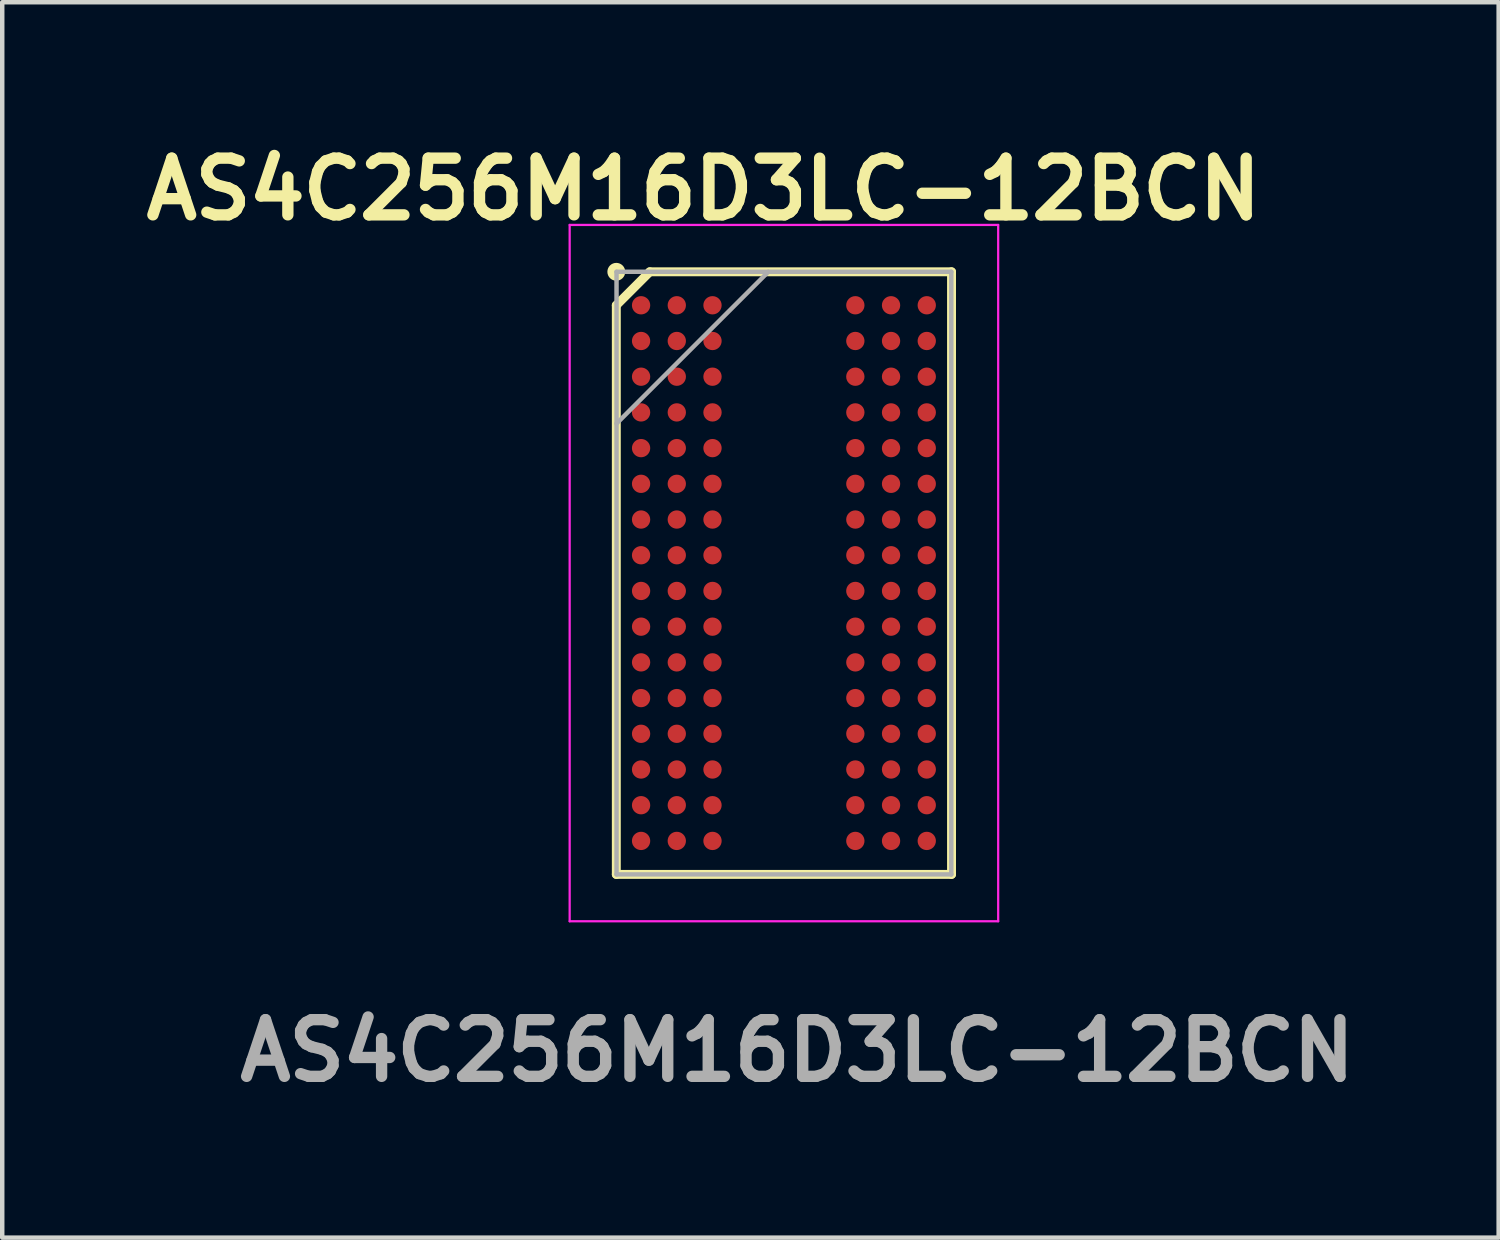
<source format=kicad_pcb>
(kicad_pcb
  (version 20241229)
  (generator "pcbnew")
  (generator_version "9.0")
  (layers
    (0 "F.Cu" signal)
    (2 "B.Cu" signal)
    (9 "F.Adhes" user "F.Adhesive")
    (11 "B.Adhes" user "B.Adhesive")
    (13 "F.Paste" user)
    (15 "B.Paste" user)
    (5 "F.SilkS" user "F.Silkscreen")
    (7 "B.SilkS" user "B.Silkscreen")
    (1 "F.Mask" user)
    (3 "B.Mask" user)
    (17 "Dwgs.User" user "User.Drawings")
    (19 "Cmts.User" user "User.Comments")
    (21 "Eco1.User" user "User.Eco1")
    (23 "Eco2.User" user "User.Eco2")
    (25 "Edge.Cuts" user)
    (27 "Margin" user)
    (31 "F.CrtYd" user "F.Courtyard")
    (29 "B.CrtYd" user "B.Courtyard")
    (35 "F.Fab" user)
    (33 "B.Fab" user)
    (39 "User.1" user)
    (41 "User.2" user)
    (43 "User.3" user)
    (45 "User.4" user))
  (footprint "AS4C256M16D3LC-12BCN"
    (layer "F.Cu")
    (at 14.512 9.789)
    (property "Reference" "AS4C256M16D3LC-12BCN" (at -1.8 -8.6 0) (layer "F.SilkS") (effects (font (size 1.27 1.27) (thickness 0.254))))
    (attr smd)
    (fp_line (start -3.755 -6) (end -3.005 -6.75) (stroke (width 0.2) (type solid)) (layer "F.SilkS"))
    (fp_line (start -3.755 6.75) (end -3.755 -6) (stroke (width 0.2) (type solid)) (layer "F.SilkS"))
    (fp_line (start -3.005 -6.75) (end 3.755 -6.75) (stroke (width 0.2) (type solid)) (layer "F.SilkS"))
    (fp_line (start 3.755 -6.75) (end 3.755 6.75) (stroke (width 0.2) (type solid)) (layer "F.SilkS"))
    (fp_line (start 3.755 6.75) (end -3.755 6.75) (stroke (width 0.2) (type solid)) (layer "F.SilkS"))
    (fp_circle (center -3.755 -6.75) (end -3.755 -6.65) (stroke (width 0.2) (type solid)) (fill no) (layer "F.SilkS"))
    (fp_line (start -4.8 -7.8) (end 4.8 -7.8) (stroke (width 0.05) (type solid)) (layer "F.CrtYd"))
    (fp_line (start -4.8 7.8) (end -4.8 -7.8) (stroke (width 0.05) (type solid)) (layer "F.CrtYd"))
    (fp_line (start 4.8 -7.8) (end 4.8 7.8) (stroke (width 0.05) (type solid)) (layer "F.CrtYd"))
    (fp_line (start 4.8 7.8) (end -4.8 7.8) (stroke (width 0.05) (type solid)) (layer "F.CrtYd"))
    (fp_line (start -3.75 -6.75) (end 3.75 -6.75) (stroke (width 0.1) (type solid)) (layer "F.Fab"))
    (fp_line (start -3.75 -3.35) (end -0.35 -6.75) (stroke (width 0.1) (type solid)) (layer "F.Fab"))
    (fp_line (start -3.75 6.75) (end -3.75 -6.75) (stroke (width 0.1) (type solid)) (layer "F.Fab"))
    (fp_line (start 3.75 -6.75) (end 3.75 6.75) (stroke (width 0.1) (type solid)) (layer "F.Fab"))
    (fp_line (start 3.75 6.75) (end -3.75 6.75) (stroke (width 0.1) (type solid)) (layer "F.Fab"))
    (fp_text user "${REFERENCE}" (at 0.3 10.7 0) (layer "F.Fab") (effects (font (size 1.27 1.27) (thickness 0.254))))
    (pad "A1" smd circle (at -3.2 -6 90) (size 0.41 0.41) (layers "F.Cu" "F.Mask" "F.Paste"))
    (pad "A2" smd circle (at -2.4 -6 90) (size 0.41 0.41) (layers "F.Cu" "F.Mask" "F.Paste"))
    (pad "A3" smd circle (at -1.6 -6 90) (size 0.41 0.41) (layers "F.Cu" "F.Mask" "F.Paste"))
    (pad "A7" smd circle (at 1.6 -6 90) (size 0.41 0.41) (layers "F.Cu" "F.Mask" "F.Paste"))
    (pad "A8" smd circle (at 2.4 -6 90) (size 0.41 0.41) (layers "F.Cu" "F.Mask" "F.Paste"))
    (pad "A9" smd circle (at 3.2 -6 90) (size 0.41 0.41) (layers "F.Cu" "F.Mask" "F.Paste"))
    (pad "B1" smd circle (at -3.2 -5.2 90) (size 0.41 0.41) (layers "F.Cu" "F.Mask" "F.Paste"))
    (pad "B2" smd circle (at -2.4 -5.2 90) (size 0.41 0.41) (layers "F.Cu" "F.Mask" "F.Paste"))
    (pad "B3" smd circle (at -1.6 -5.2 90) (size 0.41 0.41) (layers "F.Cu" "F.Mask" "F.Paste"))
    (pad "B7" smd circle (at 1.6 -5.2 90) (size 0.41 0.41) (layers "F.Cu" "F.Mask" "F.Paste"))
    (pad "B8" smd circle (at 2.4 -5.2 90) (size 0.41 0.41) (layers "F.Cu" "F.Mask" "F.Paste"))
    (pad "B9" smd circle (at 3.2 -5.2 90) (size 0.41 0.41) (layers "F.Cu" "F.Mask" "F.Paste"))
    (pad "C1" smd circle (at -3.2 -4.4 90) (size 0.41 0.41) (layers "F.Cu" "F.Mask" "F.Paste"))
    (pad "C2" smd circle (at -2.4 -4.4 90) (size 0.41 0.41) (layers "F.Cu" "F.Mask" "F.Paste"))
    (pad "C3" smd circle (at -1.6 -4.4 90) (size 0.41 0.41) (layers "F.Cu" "F.Mask" "F.Paste"))
    (pad "C7" smd circle (at 1.6 -4.4 90) (size 0.41 0.41) (layers "F.Cu" "F.Mask" "F.Paste"))
    (pad "C8" smd circle (at 2.4 -4.4 90) (size 0.41 0.41) (layers "F.Cu" "F.Mask" "F.Paste"))
    (pad "C9" smd circle (at 3.2 -4.4 90) (size 0.41 0.41) (layers "F.Cu" "F.Mask" "F.Paste"))
    (pad "D1" smd circle (at -3.2 -3.6 90) (size 0.41 0.41) (layers "F.Cu" "F.Mask" "F.Paste"))
    (pad "D2" smd circle (at -2.4 -3.6 90) (size 0.41 0.41) (layers "F.Cu" "F.Mask" "F.Paste"))
    (pad "D3" smd circle (at -1.6 -3.6 90) (size 0.41 0.41) (layers "F.Cu" "F.Mask" "F.Paste"))
    (pad "D7" smd circle (at 1.6 -3.6 90) (size 0.41 0.41) (layers "F.Cu" "F.Mask" "F.Paste"))
    (pad "D8" smd circle (at 2.4 -3.6 90) (size 0.41 0.41) (layers "F.Cu" "F.Mask" "F.Paste"))
    (pad "D9" smd circle (at 3.2 -3.6 90) (size 0.41 0.41) (layers "F.Cu" "F.Mask" "F.Paste"))
    (pad "E1" smd circle (at -3.2 -2.8 90) (size 0.41 0.41) (layers "F.Cu" "F.Mask" "F.Paste"))
    (pad "E2" smd circle (at -2.4 -2.8 90) (size 0.41 0.41) (layers "F.Cu" "F.Mask" "F.Paste"))
    (pad "E3" smd circle (at -1.6 -2.8 90) (size 0.41 0.41) (layers "F.Cu" "F.Mask" "F.Paste"))
    (pad "E7" smd circle (at 1.6 -2.8 90) (size 0.41 0.41) (layers "F.Cu" "F.Mask" "F.Paste"))
    (pad "E8" smd circle (at 2.4 -2.8 90) (size 0.41 0.41) (layers "F.Cu" "F.Mask" "F.Paste"))
    (pad "E9" smd circle (at 3.2 -2.8 90) (size 0.41 0.41) (layers "F.Cu" "F.Mask" "F.Paste"))
    (pad "F1" smd circle (at -3.2 -2 90) (size 0.41 0.41) (layers "F.Cu" "F.Mask" "F.Paste"))
    (pad "F2" smd circle (at -2.4 -2 90) (size 0.41 0.41) (layers "F.Cu" "F.Mask" "F.Paste"))
    (pad "F3" smd circle (at -1.6 -2 90) (size 0.41 0.41) (layers "F.Cu" "F.Mask" "F.Paste"))
    (pad "F7" smd circle (at 1.6 -2 90) (size 0.41 0.41) (layers "F.Cu" "F.Mask" "F.Paste"))
    (pad "F8" smd circle (at 2.4 -2 90) (size 0.41 0.41) (layers "F.Cu" "F.Mask" "F.Paste"))
    (pad "F9" smd circle (at 3.2 -2 90) (size 0.41 0.41) (layers "F.Cu" "F.Mask" "F.Paste"))
    (pad "G1" smd circle (at -3.2 -1.2 90) (size 0.41 0.41) (layers "F.Cu" "F.Mask" "F.Paste"))
    (pad "G2" smd circle (at -2.4 -1.2 90) (size 0.41 0.41) (layers "F.Cu" "F.Mask" "F.Paste"))
    (pad "G3" smd circle (at -1.6 -1.2 90) (size 0.41 0.41) (layers "F.Cu" "F.Mask" "F.Paste"))
    (pad "G7" smd circle (at 1.6 -1.2 90) (size 0.41 0.41) (layers "F.Cu" "F.Mask" "F.Paste"))
    (pad "G8" smd circle (at 2.4 -1.2 90) (size 0.41 0.41) (layers "F.Cu" "F.Mask" "F.Paste"))
    (pad "G9" smd circle (at 3.2 -1.2 90) (size 0.41 0.41) (layers "F.Cu" "F.Mask" "F.Paste"))
    (pad "H1" smd circle (at -3.2 -0.4 90) (size 0.41 0.41) (layers "F.Cu" "F.Mask" "F.Paste"))
    (pad "H2" smd circle (at -2.4 -0.4 90) (size 0.41 0.41) (layers "F.Cu" "F.Mask" "F.Paste"))
    (pad "H3" smd circle (at -1.6 -0.4 90) (size 0.41 0.41) (layers "F.Cu" "F.Mask" "F.Paste"))
    (pad "H7" smd circle (at 1.6 -0.4 90) (size 0.41 0.41) (layers "F.Cu" "F.Mask" "F.Paste"))
    (pad "H8" smd circle (at 2.4 -0.4 90) (size 0.41 0.41) (layers "F.Cu" "F.Mask" "F.Paste"))
    (pad "H9" smd circle (at 3.2 -0.4 90) (size 0.41 0.41) (layers "F.Cu" "F.Mask" "F.Paste"))
    (pad "J1" smd circle (at -3.2 0.4 90) (size 0.41 0.41) (layers "F.Cu" "F.Mask" "F.Paste"))
    (pad "J2" smd circle (at -2.4 0.4 90) (size 0.41 0.41) (layers "F.Cu" "F.Mask" "F.Paste"))
    (pad "J3" smd circle (at -1.6 0.4 90) (size 0.41 0.41) (layers "F.Cu" "F.Mask" "F.Paste"))
    (pad "J7" smd circle (at 1.6 0.4 90) (size 0.41 0.41) (layers "F.Cu" "F.Mask" "F.Paste"))
    (pad "J8" smd circle (at 2.4 0.4 90) (size 0.41 0.41) (layers "F.Cu" "F.Mask" "F.Paste"))
    (pad "J9" smd circle (at 3.2 0.4 90) (size 0.41 0.41) (layers "F.Cu" "F.Mask" "F.Paste"))
    (pad "K1" smd circle (at -3.2 1.2 90) (size 0.41 0.41) (layers "F.Cu" "F.Mask" "F.Paste"))
    (pad "K2" smd circle (at -2.4 1.2 90) (size 0.41 0.41) (layers "F.Cu" "F.Mask" "F.Paste"))
    (pad "K3" smd circle (at -1.6 1.2 90) (size 0.41 0.41) (layers "F.Cu" "F.Mask" "F.Paste"))
    (pad "K7" smd circle (at 1.6 1.2 90) (size 0.41 0.41) (layers "F.Cu" "F.Mask" "F.Paste"))
    (pad "K8" smd circle (at 2.4 1.2 90) (size 0.41 0.41) (layers "F.Cu" "F.Mask" "F.Paste"))
    (pad "K9" smd circle (at 3.2 1.2 90) (size 0.41 0.41) (layers "F.Cu" "F.Mask" "F.Paste"))
    (pad "L1" smd circle (at -3.2 2 90) (size 0.41 0.41) (layers "F.Cu" "F.Mask" "F.Paste"))
    (pad "L2" smd circle (at -2.4 2 90) (size 0.41 0.41) (layers "F.Cu" "F.Mask" "F.Paste"))
    (pad "L3" smd circle (at -1.6 2 90) (size 0.41 0.41) (layers "F.Cu" "F.Mask" "F.Paste"))
    (pad "L7" smd circle (at 1.6 2 90) (size 0.41 0.41) (layers "F.Cu" "F.Mask" "F.Paste"))
    (pad "L8" smd circle (at 2.4 2 90) (size 0.41 0.41) (layers "F.Cu" "F.Mask" "F.Paste"))
    (pad "L9" smd circle (at 3.2 2 90) (size 0.41 0.41) (layers "F.Cu" "F.Mask" "F.Paste"))
    (pad "M1" smd circle (at -3.2 2.8 90) (size 0.41 0.41) (layers "F.Cu" "F.Mask" "F.Paste"))
    (pad "M2" smd circle (at -2.4 2.8 90) (size 0.41 0.41) (layers "F.Cu" "F.Mask" "F.Paste"))
    (pad "M3" smd circle (at -1.6 2.8 90) (size 0.41 0.41) (layers "F.Cu" "F.Mask" "F.Paste"))
    (pad "M7" smd circle (at 1.6 2.8 90) (size 0.41 0.41) (layers "F.Cu" "F.Mask" "F.Paste"))
    (pad "M8" smd circle (at 2.4 2.8 90) (size 0.41 0.41) (layers "F.Cu" "F.Mask" "F.Paste"))
    (pad "M9" smd circle (at 3.2 2.8 90) (size 0.41 0.41) (layers "F.Cu" "F.Mask" "F.Paste"))
    (pad "N1" smd circle (at -3.2 3.6 90) (size 0.41 0.41) (layers "F.Cu" "F.Mask" "F.Paste"))
    (pad "N2" smd circle (at -2.4 3.6 90) (size 0.41 0.41) (layers "F.Cu" "F.Mask" "F.Paste"))
    (pad "N3" smd circle (at -1.6 3.6 90) (size 0.41 0.41) (layers "F.Cu" "F.Mask" "F.Paste"))
    (pad "N7" smd circle (at 1.6 3.6 90) (size 0.41 0.41) (layers "F.Cu" "F.Mask" "F.Paste"))
    (pad "N8" smd circle (at 2.4 3.6 90) (size 0.41 0.41) (layers "F.Cu" "F.Mask" "F.Paste"))
    (pad "N9" smd circle (at 3.2 3.6 90) (size 0.41 0.41) (layers "F.Cu" "F.Mask" "F.Paste"))
    (pad "P1" smd circle (at -3.2 4.4 90) (size 0.41 0.41) (layers "F.Cu" "F.Mask" "F.Paste"))
    (pad "P2" smd circle (at -2.4 4.4 90) (size 0.41 0.41) (layers "F.Cu" "F.Mask" "F.Paste"))
    (pad "P3" smd circle (at -1.6 4.4 90) (size 0.41 0.41) (layers "F.Cu" "F.Mask" "F.Paste"))
    (pad "P7" smd circle (at 1.6 4.4 90) (size 0.41 0.41) (layers "F.Cu" "F.Mask" "F.Paste"))
    (pad "P8" smd circle (at 2.4 4.4 90) (size 0.41 0.41) (layers "F.Cu" "F.Mask" "F.Paste"))
    (pad "P9" smd circle (at 3.2 4.4 90) (size 0.41 0.41) (layers "F.Cu" "F.Mask" "F.Paste"))
    (pad "R1" smd circle (at -3.2 5.2 90) (size 0.41 0.41) (layers "F.Cu" "F.Mask" "F.Paste"))
    (pad "R2" smd circle (at -2.4 5.2 90) (size 0.41 0.41) (layers "F.Cu" "F.Mask" "F.Paste"))
    (pad "R3" smd circle (at -1.6 5.2 90) (size 0.41 0.41) (layers "F.Cu" "F.Mask" "F.Paste"))
    (pad "R7" smd circle (at 1.6 5.2 90) (size 0.41 0.41) (layers "F.Cu" "F.Mask" "F.Paste"))
    (pad "R8" smd circle (at 2.4 5.2 90) (size 0.41 0.41) (layers "F.Cu" "F.Mask" "F.Paste"))
    (pad "R9" smd circle (at 3.2 5.2 90) (size 0.41 0.41) (layers "F.Cu" "F.Mask" "F.Paste"))
    (pad "T1" smd circle (at -3.2 6 90) (size 0.41 0.41) (layers "F.Cu" "F.Mask" "F.Paste"))
    (pad "T2" smd circle (at -2.4 6 90) (size 0.41 0.41) (layers "F.Cu" "F.Mask" "F.Paste"))
    (pad "T3" smd circle (at -1.6 6 90) (size 0.41 0.41) (layers "F.Cu" "F.Mask" "F.Paste"))
    (pad "T7" smd circle (at 1.6 6 90) (size 0.41 0.41) (layers "F.Cu" "F.Mask" "F.Paste"))
    (pad "T8" smd circle (at 2.4 6 90) (size 0.41 0.41) (layers "F.Cu" "F.Mask" "F.Paste"))
    (pad "T9" smd circle (at 3.2 6 90) (size 0.41 0.41) (layers "F.Cu" "F.Mask" "F.Paste")))
  (gr_rect
    (start -3 -3)
    (end 30.524 24.677)
    (stroke (width 0.1) (type default))
    (fill no)
    (layer "Edge.Cuts")))
</source>
